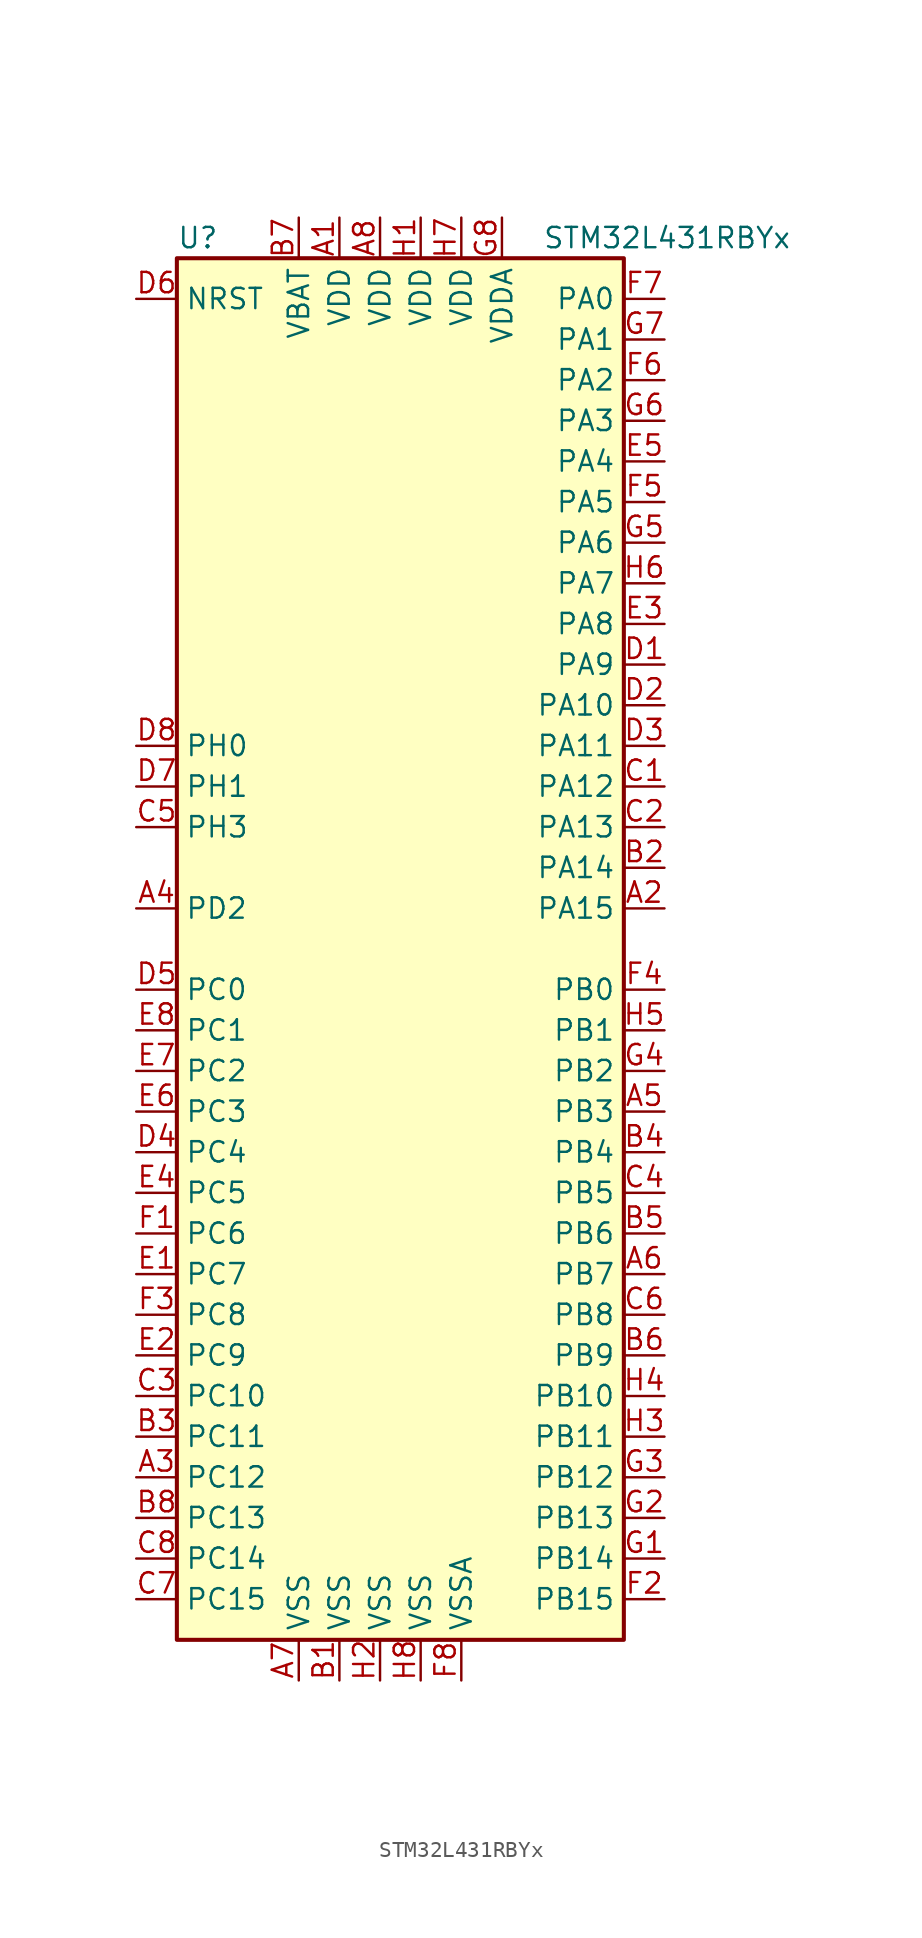
<source format=kicad_sym>
(kicad_symbol_lib
  (version 20201005)
  (generator kicad_symbol_editor)
  (symbol "MCU_ST_STM32L4:STM32L431RBYx"
    (property "Reference" "U"
      (at -15.24 44.45 0)
      (effects (font (size 1.27 1.27)) (justify left)))
    (property "Value" "STM32L431RBYx"
      (at 7.62 44.45 0)
      (effects (font (size 1.27 1.27)) (justify left)))
    (symbol "STM32L431RBYx_0_1"
      (rectangle (start -15.24 -43.18) (end 12.7 43.18) (stroke (width 0.254)) (fill (type background))))
    (symbol "STM32L431RBYx_1_1"
      (pin power_in line (at -5.08 45.72 270) (length 2.54) (name "VDD" (effects (font (size 1.27 1.27)))) (number "A1" (effects (font (size 1.27 1.27)))))
      (pin bidirectional line (at 15.24 2.54 180) (length 2.54) (name "PA15" (effects (font (size 1.27 1.27)))) (number "A2" (effects (font (size 1.27 1.27)))))
      (pin bidirectional line (at -17.78 -33.02 0) (length 2.54) (name "PC12" (effects (font (size 1.27 1.27)))) (number "A3" (effects (font (size 1.27 1.27)))))
      (pin bidirectional line (at -17.78 2.54 0) (length 2.54) (name "PD2" (effects (font (size 1.27 1.27)))) (number "A4" (effects (font (size 1.27 1.27)))))
      (pin bidirectional line (at 15.24 -10.16 180) (length 2.54) (name "PB3" (effects (font (size 1.27 1.27)))) (number "A5" (effects (font (size 1.27 1.27)))))
      (pin bidirectional line (at 15.24 -20.32 180) (length 2.54) (name "PB7" (effects (font (size 1.27 1.27)))) (number "A6" (effects (font (size 1.27 1.27)))))
      (pin power_in line (at -7.62 -45.72 90) (length 2.54) (name "VSS" (effects (font (size 1.27 1.27)))) (number "A7" (effects (font (size 1.27 1.27)))))
      (pin power_in line (at -2.54 45.72 270) (length 2.54) (name "VDD" (effects (font (size 1.27 1.27)))) (number "A8" (effects (font (size 1.27 1.27)))))
      (pin power_in line (at -5.08 -45.72 90) (length 2.54) (name "VSS" (effects (font (size 1.27 1.27)))) (number "B1" (effects (font (size 1.27 1.27)))))
      (pin bidirectional line (at 15.24 5.08 180) (length 2.54) (name "PA14" (effects (font (size 1.27 1.27)))) (number "B2" (effects (font (size 1.27 1.27)))))
      (pin bidirectional line (at -17.78 -30.48 0) (length 2.54) (name "PC11" (effects (font (size 1.27 1.27)))) (number "B3" (effects (font (size 1.27 1.27)))))
      (pin bidirectional line (at 15.24 -12.7 180) (length 2.54) (name "PB4" (effects (font (size 1.27 1.27)))) (number "B4" (effects (font (size 1.27 1.27)))))
      (pin bidirectional line (at 15.24 -17.78 180) (length 2.54) (name "PB6" (effects (font (size 1.27 1.27)))) (number "B5" (effects (font (size 1.27 1.27)))))
      (pin bidirectional line (at 15.24 -25.4 180) (length 2.54) (name "PB9" (effects (font (size 1.27 1.27)))) (number "B6" (effects (font (size 1.27 1.27)))))
      (pin power_in line (at -7.62 45.72 270) (length 2.54) (name "VBAT" (effects (font (size 1.27 1.27)))) (number "B7" (effects (font (size 1.27 1.27)))))
      (pin bidirectional line (at -17.78 -35.56 0) (length 2.54) (name "PC13" (effects (font (size 1.27 1.27)))) (number "B8" (effects (font (size 1.27 1.27)))))
      (pin bidirectional line (at 15.24 10.16 180) (length 2.54) (name "PA12" (effects (font (size 1.27 1.27)))) (number "C1" (effects (font (size 1.27 1.27)))))
      (pin bidirectional line (at 15.24 7.62 180) (length 2.54) (name "PA13" (effects (font (size 1.27 1.27)))) (number "C2" (effects (font (size 1.27 1.27)))))
      (pin bidirectional line (at -17.78 -27.94 0) (length 2.54) (name "PC10" (effects (font (size 1.27 1.27)))) (number "C3" (effects (font (size 1.27 1.27)))))
      (pin bidirectional line (at 15.24 -15.24 180) (length 2.54) (name "PB5" (effects (font (size 1.27 1.27)))) (number "C4" (effects (font (size 1.27 1.27)))))
      (pin bidirectional line (at -17.78 7.62 0) (length 2.54) (name "PH3" (effects (font (size 1.27 1.27)))) (number "C5" (effects (font (size 1.27 1.27)))))
      (pin bidirectional line (at 15.24 -22.86 180) (length 2.54) (name "PB8" (effects (font (size 1.27 1.27)))) (number "C6" (effects (font (size 1.27 1.27)))))
      (pin bidirectional line (at -17.78 -40.64 0) (length 2.54) (name "PC15" (effects (font (size 1.27 1.27)))) (number "C7" (effects (font (size 1.27 1.27)))))
      (pin bidirectional line (at -17.78 -38.1 0) (length 2.54) (name "PC14" (effects (font (size 1.27 1.27)))) (number "C8" (effects (font (size 1.27 1.27)))))
      (pin bidirectional line (at 15.24 17.78 180) (length 2.54) (name "PA9" (effects (font (size 1.27 1.27)))) (number "D1" (effects (font (size 1.27 1.27)))))
      (pin bidirectional line (at 15.24 15.24 180) (length 2.54) (name "PA10" (effects (font (size 1.27 1.27)))) (number "D2" (effects (font (size 1.27 1.27)))))
      (pin bidirectional line (at 15.24 12.7 180) (length 2.54) (name "PA11" (effects (font (size 1.27 1.27)))) (number "D3" (effects (font (size 1.27 1.27)))))
      (pin bidirectional line (at -17.78 -12.7 0) (length 2.54) (name "PC4" (effects (font (size 1.27 1.27)))) (number "D4" (effects (font (size 1.27 1.27)))))
      (pin bidirectional line (at -17.78 -2.54 0) (length 2.54) (name "PC0" (effects (font (size 1.27 1.27)))) (number "D5" (effects (font (size 1.27 1.27)))))
      (pin input line (at -17.78 40.64 0) (length 2.54) (name "NRST" (effects (font (size 1.27 1.27)))) (number "D6" (effects (font (size 1.27 1.27)))))
      (pin input line (at -17.78 10.16 0) (length 2.54) (name "PH1" (effects (font (size 1.27 1.27)))) (number "D7" (effects (font (size 1.27 1.27)))))
      (pin input line (at -17.78 12.7 0) (length 2.54) (name "PH0" (effects (font (size 1.27 1.27)))) (number "D8" (effects (font (size 1.27 1.27)))))
      (pin bidirectional line (at -17.78 -20.32 0) (length 2.54) (name "PC7" (effects (font (size 1.27 1.27)))) (number "E1" (effects (font (size 1.27 1.27)))))
      (pin bidirectional line (at -17.78 -25.4 0) (length 2.54) (name "PC9" (effects (font (size 1.27 1.27)))) (number "E2" (effects (font (size 1.27 1.27)))))
      (pin bidirectional line (at 15.24 20.32 180) (length 2.54) (name "PA8" (effects (font (size 1.27 1.27)))) (number "E3" (effects (font (size 1.27 1.27)))))
      (pin bidirectional line (at -17.78 -15.24 0) (length 2.54) (name "PC5" (effects (font (size 1.27 1.27)))) (number "E4" (effects (font (size 1.27 1.27)))))
      (pin bidirectional line (at 15.24 30.48 180) (length 2.54) (name "PA4" (effects (font (size 1.27 1.27)))) (number "E5" (effects (font (size 1.27 1.27)))))
      (pin bidirectional line (at -17.78 -10.16 0) (length 2.54) (name "PC3" (effects (font (size 1.27 1.27)))) (number "E6" (effects (font (size 1.27 1.27)))))
      (pin bidirectional line (at -17.78 -7.62 0) (length 2.54) (name "PC2" (effects (font (size 1.27 1.27)))) (number "E7" (effects (font (size 1.27 1.27)))))
      (pin bidirectional line (at -17.78 -5.08 0) (length 2.54) (name "PC1" (effects (font (size 1.27 1.27)))) (number "E8" (effects (font (size 1.27 1.27)))))
      (pin bidirectional line (at -17.78 -17.78 0) (length 2.54) (name "PC6" (effects (font (size 1.27 1.27)))) (number "F1" (effects (font (size 1.27 1.27)))))
      (pin bidirectional line (at 15.24 -40.64 180) (length 2.54) (name "PB15" (effects (font (size 1.27 1.27)))) (number "F2" (effects (font (size 1.27 1.27)))))
      (pin bidirectional line (at -17.78 -22.86 0) (length 2.54) (name "PC8" (effects (font (size 1.27 1.27)))) (number "F3" (effects (font (size 1.27 1.27)))))
      (pin bidirectional line (at 15.24 -2.54 180) (length 2.54) (name "PB0" (effects (font (size 1.27 1.27)))) (number "F4" (effects (font (size 1.27 1.27)))))
      (pin bidirectional line (at 15.24 27.94 180) (length 2.54) (name "PA5" (effects (font (size 1.27 1.27)))) (number "F5" (effects (font (size 1.27 1.27)))))
      (pin bidirectional line (at 15.24 35.56 180) (length 2.54) (name "PA2" (effects (font (size 1.27 1.27)))) (number "F6" (effects (font (size 1.27 1.27)))))
      (pin bidirectional line (at 15.24 40.64 180) (length 2.54) (name "PA0" (effects (font (size 1.27 1.27)))) (number "F7" (effects (font (size 1.27 1.27)))))
      (pin power_in line (at 2.54 -45.72 90) (length 2.54) (name "VSSA" (effects (font (size 1.27 1.27)))) (number "F8" (effects (font (size 1.27 1.27)))))
      (pin bidirectional line (at 15.24 -38.1 180) (length 2.54) (name "PB14" (effects (font (size 1.27 1.27)))) (number "G1" (effects (font (size 1.27 1.27)))))
      (pin bidirectional line (at 15.24 -35.56 180) (length 2.54) (name "PB13" (effects (font (size 1.27 1.27)))) (number "G2" (effects (font (size 1.27 1.27)))))
      (pin bidirectional line (at 15.24 -33.02 180) (length 2.54) (name "PB12" (effects (font (size 1.27 1.27)))) (number "G3" (effects (font (size 1.27 1.27)))))
      (pin bidirectional line (at 15.24 -7.62 180) (length 2.54) (name "PB2" (effects (font (size 1.27 1.27)))) (number "G4" (effects (font (size 1.27 1.27)))))
      (pin bidirectional line (at 15.24 25.4 180) (length 2.54) (name "PA6" (effects (font (size 1.27 1.27)))) (number "G5" (effects (font (size 1.27 1.27)))))
      (pin bidirectional line (at 15.24 33.02 180) (length 2.54) (name "PA3" (effects (font (size 1.27 1.27)))) (number "G6" (effects (font (size 1.27 1.27)))))
      (pin bidirectional line (at 15.24 38.1 180) (length 2.54) (name "PA1" (effects (font (size 1.27 1.27)))) (number "G7" (effects (font (size 1.27 1.27)))))
      (pin power_in line (at 5.08 45.72 270) (length 2.54) (name "VDDA" (effects (font (size 1.27 1.27)))) (number "G8" (effects (font (size 1.27 1.27)))))
      (pin power_in line (at 0 45.72 270) (length 2.54) (name "VDD" (effects (font (size 1.27 1.27)))) (number "H1" (effects (font (size 1.27 1.27)))))
      (pin power_in line (at -2.54 -45.72 90) (length 2.54) (name "VSS" (effects (font (size 1.27 1.27)))) (number "H2" (effects (font (size 1.27 1.27)))))
      (pin bidirectional line (at 15.24 -30.48 180) (length 2.54) (name "PB11" (effects (font (size 1.27 1.27)))) (number "H3" (effects (font (size 1.27 1.27)))))
      (pin bidirectional line (at 15.24 -27.94 180) (length 2.54) (name "PB10" (effects (font (size 1.27 1.27)))) (number "H4" (effects (font (size 1.27 1.27)))))
      (pin bidirectional line (at 15.24 -5.08 180) (length 2.54) (name "PB1" (effects (font (size 1.27 1.27)))) (number "H5" (effects (font (size 1.27 1.27)))))
      (pin bidirectional line (at 15.24 22.86 180) (length 2.54) (name "PA7" (effects (font (size 1.27 1.27)))) (number "H6" (effects (font (size 1.27 1.27)))))
      (pin power_in line (at 2.54 45.72 270) (length 2.54) (name "VDD" (effects (font (size 1.27 1.27)))) (number "H7" (effects (font (size 1.27 1.27)))))
      (pin power_in line (at 0 -45.72 90) (length 2.54) (name "VSS" (effects (font (size 1.27 1.27)))) (number "H8" (effects (font (size 1.27 1.27))))))))
</source>
